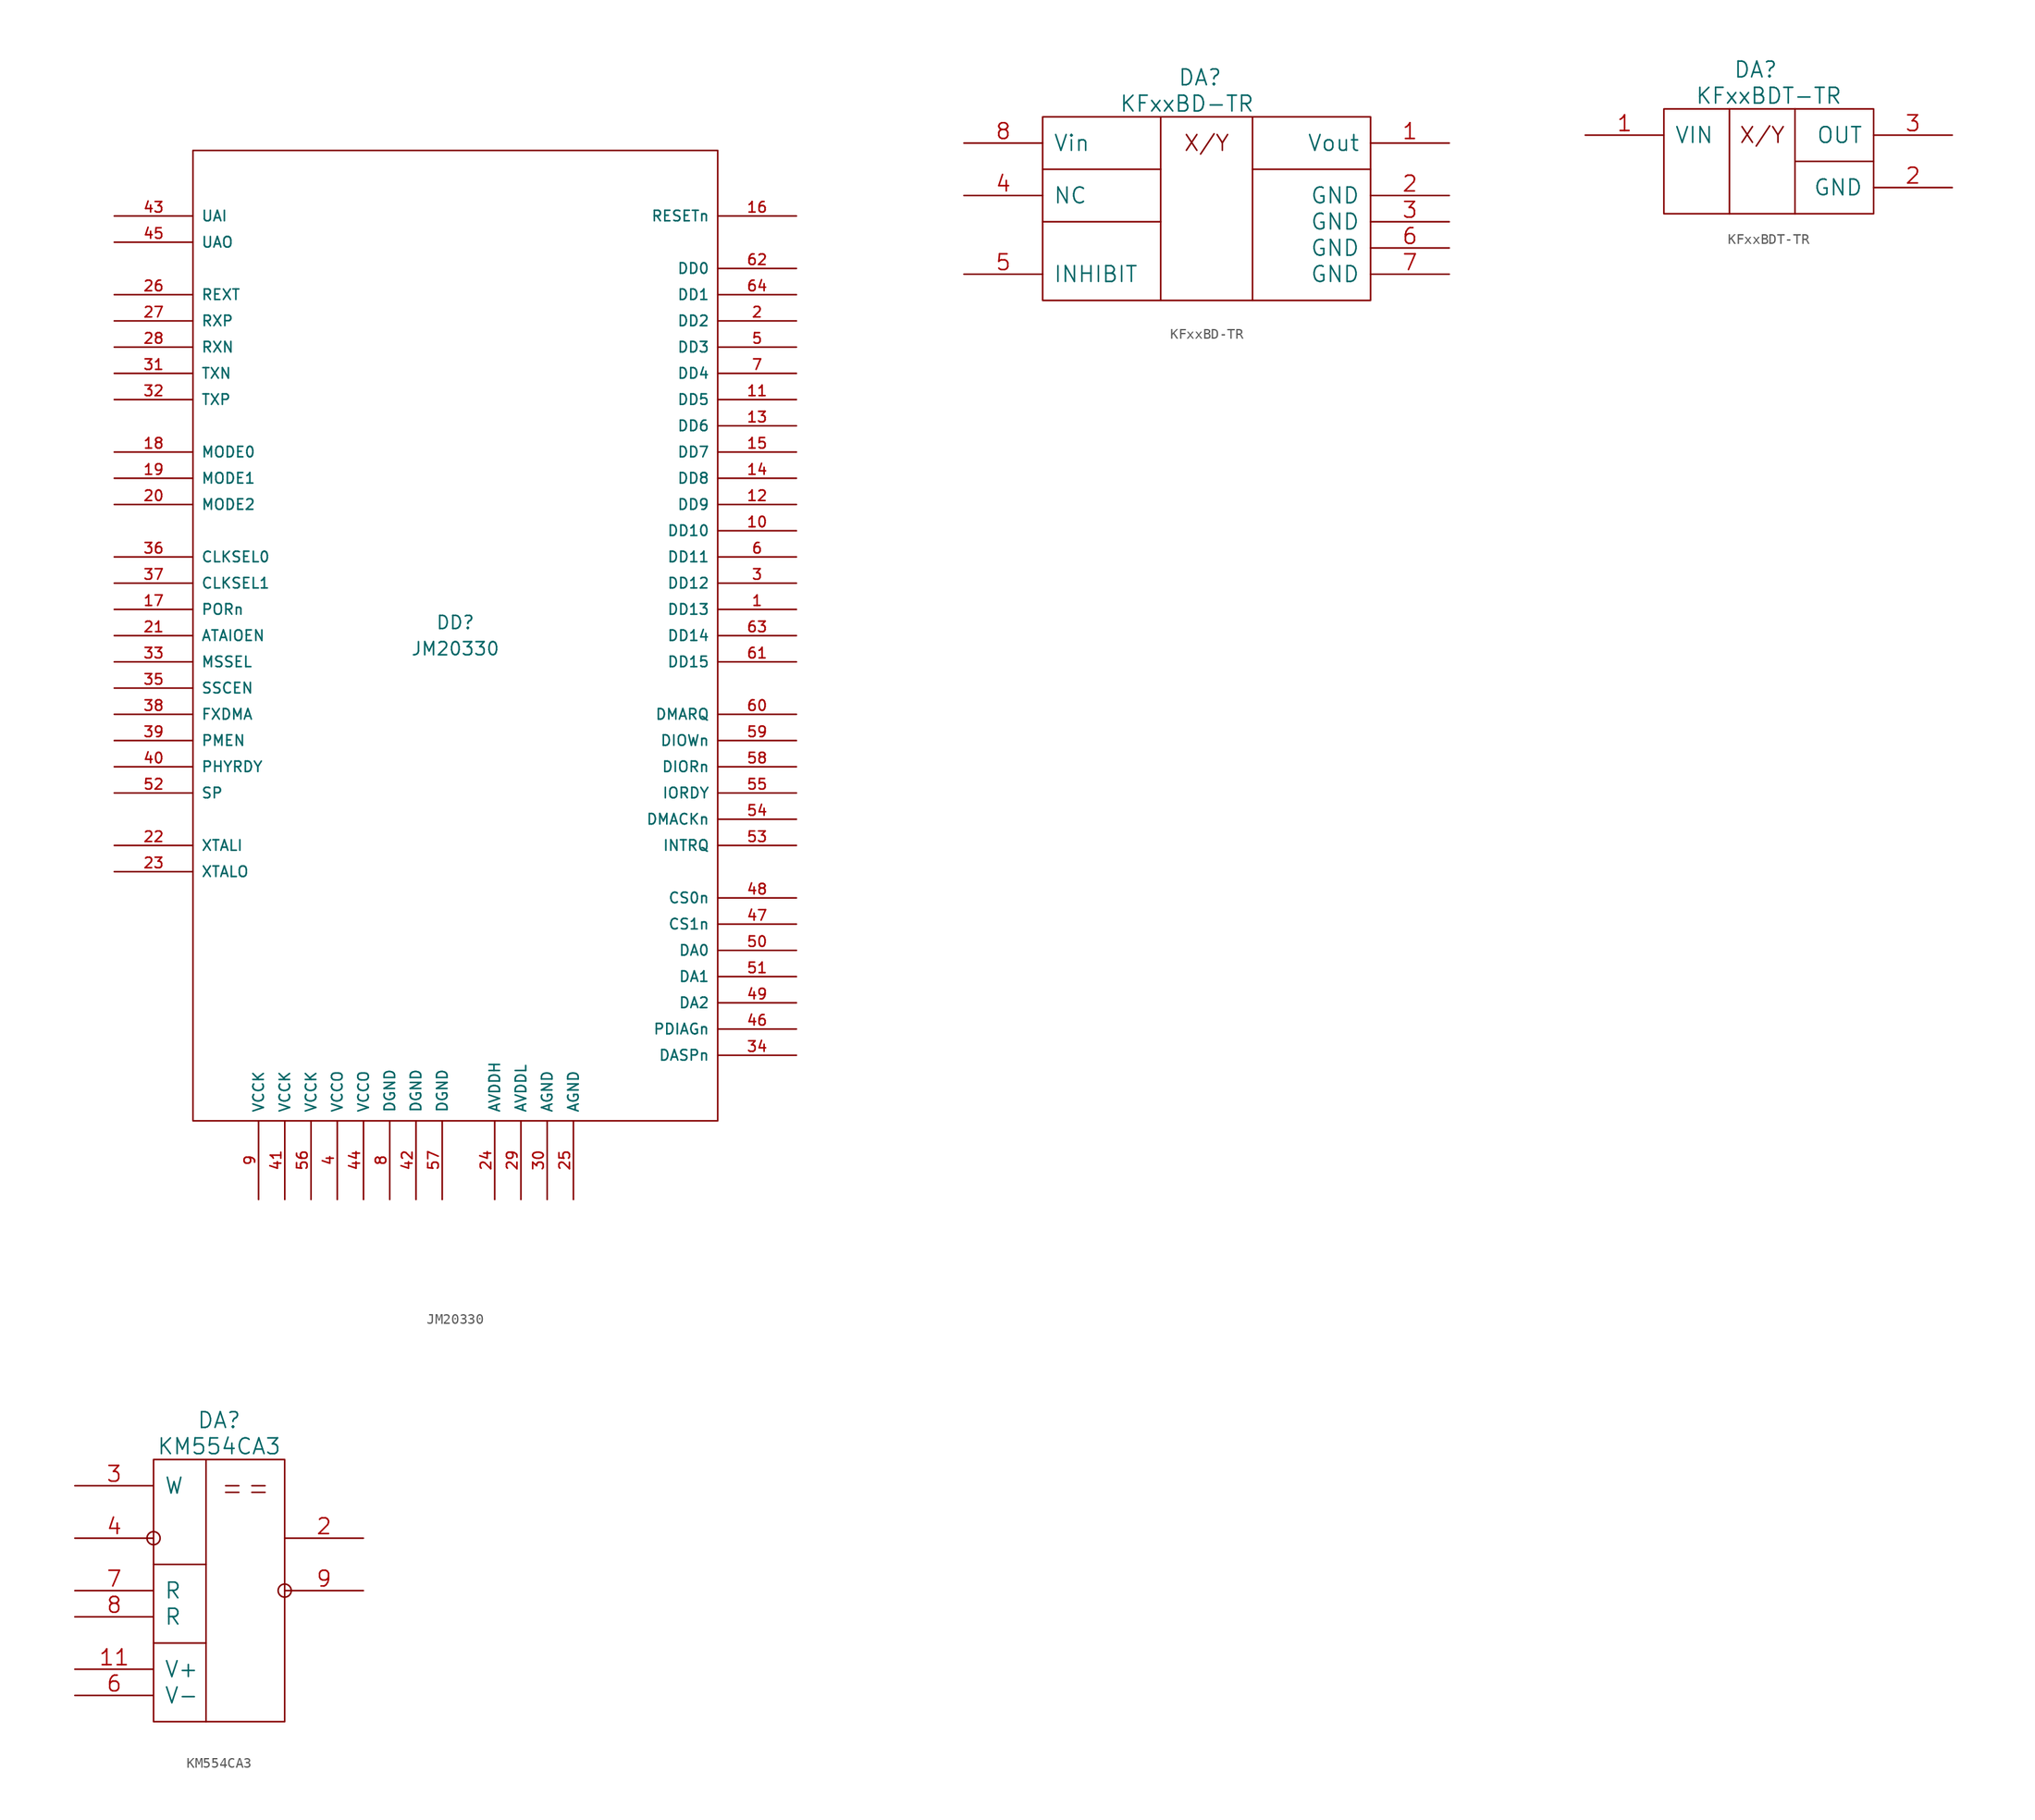
<source format=kicad_sym>
(kicad_symbol_lib
  (version 20211014)
  (generator kicad_symbol_editor)
  (symbol "JM20330"
    (pin_names
      (offset 0.762))
    (property "Reference" "DD"
      (at 25.4 -45.72 0)
      (effects (font (size 1.27 1.27))))
    (property "Value" "JM20330"
      (at 25.4 -48.26 0)
      (effects (font (size 1.27 1.27))))
    (property "Footprint" ""
      (at 0 0 0)
      (effects (font (size 1.524 1.524))))
    (property "Datasheet" ""
      (at 0 0 0)
      (effects (font (size 1.524 1.524))))
    (symbol "JM20330_0_0"
      (rectangle (start 0 0) (end 50.8 -93.98) (stroke (width 0) (type default) (color 0 0 0 0)) (fill (type none)))
      (pin passive line (at 58.42 -44.45 180) (length 7.62) (name "DD13" (effects (font (size 1.016 1.016)))) (number "1" (effects (font (size 1.016 1.016)))))
      (pin passive line (at 58.42 -36.83 180) (length 7.62) (name "DD10" (effects (font (size 1.016 1.016)))) (number "10" (effects (font (size 1.016 1.016)))))
      (pin passive line (at 58.42 -24.13 180) (length 7.62) (name "DD5" (effects (font (size 1.016 1.016)))) (number "11" (effects (font (size 1.016 1.016)))))
      (pin passive line (at 58.42 -34.29 180) (length 7.62) (name "DD9" (effects (font (size 1.016 1.016)))) (number "12" (effects (font (size 1.016 1.016)))))
      (pin passive line (at 58.42 -26.67 180) (length 7.62) (name "DD6" (effects (font (size 1.016 1.016)))) (number "13" (effects (font (size 1.016 1.016)))))
      (pin passive line (at 58.42 -31.75 180) (length 7.62) (name "DD8" (effects (font (size 1.016 1.016)))) (number "14" (effects (font (size 1.016 1.016)))))
      (pin passive line (at 58.42 -29.21 180) (length 7.62) (name "DD7" (effects (font (size 1.016 1.016)))) (number "15" (effects (font (size 1.016 1.016)))))
      (pin passive line (at 58.42 -6.35 180) (length 7.62) (name "RESETn" (effects (font (size 1.016 1.016)))) (number "16" (effects (font (size 1.016 1.016)))))
      (pin passive line (at -7.62 -44.45 0) (length 7.62) (name "PORn" (effects (font (size 1.016 1.016)))) (number "17" (effects (font (size 1.016 1.016)))))
      (pin passive line (at -7.62 -29.21 0) (length 7.62) (name "MODE0" (effects (font (size 1.016 1.016)))) (number "18" (effects (font (size 1.016 1.016)))))
      (pin passive line (at -7.62 -31.75 0) (length 7.62) (name "MODE1" (effects (font (size 1.016 1.016)))) (number "19" (effects (font (size 1.016 1.016)))))
      (pin passive line (at 58.42 -16.51 180) (length 7.62) (name "DD2" (effects (font (size 1.016 1.016)))) (number "2" (effects (font (size 1.016 1.016)))))
      (pin passive line (at -7.62 -34.29 0) (length 7.62) (name "MODE2" (effects (font (size 1.016 1.016)))) (number "20" (effects (font (size 1.016 1.016)))))
      (pin passive line (at -7.62 -46.99 0) (length 7.62) (name "ATAIOEN" (effects (font (size 1.016 1.016)))) (number "21" (effects (font (size 1.016 1.016)))))
      (pin passive line (at -7.62 -67.31 0) (length 7.62) (name "XTALI" (effects (font (size 1.016 1.016)))) (number "22" (effects (font (size 1.016 1.016)))))
      (pin passive line (at -7.62 -69.85 0) (length 7.62) (name "XTALO" (effects (font (size 1.016 1.016)))) (number "23" (effects (font (size 1.016 1.016)))))
      (pin passive line (at 29.21 -101.6 90) (length 7.62) (name "AVDDH" (effects (font (size 1.016 1.016)))) (number "24" (effects (font (size 1.016 1.016)))))
      (pin passive line (at 36.83 -101.6 90) (length 7.62) (name "AGND" (effects (font (size 1.016 1.016)))) (number "25" (effects (font (size 1.016 1.016)))))
      (pin passive line (at -7.62 -13.97 0) (length 7.62) (name "REXT" (effects (font (size 1.016 1.016)))) (number "26" (effects (font (size 1.016 1.016)))))
      (pin passive line (at -7.62 -16.51 0) (length 7.62) (name "RXP" (effects (font (size 1.016 1.016)))) (number "27" (effects (font (size 1.016 1.016)))))
      (pin passive line (at -7.62 -19.05 0) (length 7.62) (name "RXN" (effects (font (size 1.016 1.016)))) (number "28" (effects (font (size 1.016 1.016)))))
      (pin passive line (at 31.75 -101.6 90) (length 7.62) (name "AVDDL" (effects (font (size 1.016 1.016)))) (number "29" (effects (font (size 1.016 1.016)))))
      (pin passive line (at 58.42 -41.91 180) (length 7.62) (name "DD12" (effects (font (size 1.016 1.016)))) (number "3" (effects (font (size 1.016 1.016)))))
      (pin passive line (at 34.29 -101.6 90) (length 7.62) (name "AGND" (effects (font (size 1.016 1.016)))) (number "30" (effects (font (size 1.016 1.016)))))
      (pin passive line (at -7.62 -21.59 0) (length 7.62) (name "TXN" (effects (font (size 1.016 1.016)))) (number "31" (effects (font (size 1.016 1.016)))))
      (pin passive line (at -7.62 -24.13 0) (length 7.62) (name "TXP" (effects (font (size 1.016 1.016)))) (number "32" (effects (font (size 1.016 1.016)))))
      (pin passive line (at -7.62 -49.53 0) (length 7.62) (name "MSSEL" (effects (font (size 1.016 1.016)))) (number "33" (effects (font (size 1.016 1.016)))))
      (pin passive line (at 58.42 -87.63 180) (length 7.62) (name "DASPn" (effects (font (size 1.016 1.016)))) (number "34" (effects (font (size 1.016 1.016)))))
      (pin passive line (at -7.62 -52.07 0) (length 7.62) (name "SSCEN" (effects (font (size 1.016 1.016)))) (number "35" (effects (font (size 1.016 1.016)))))
      (pin passive line (at -7.62 -39.37 0) (length 7.62) (name "CLKSEL0" (effects (font (size 1.016 1.016)))) (number "36" (effects (font (size 1.016 1.016)))))
      (pin passive line (at -7.62 -41.91 0) (length 7.62) (name "CLKSEL1" (effects (font (size 1.016 1.016)))) (number "37" (effects (font (size 1.016 1.016)))))
      (pin passive line (at -7.62 -54.61 0) (length 7.62) (name "FXDMA" (effects (font (size 1.016 1.016)))) (number "38" (effects (font (size 1.016 1.016)))))
      (pin passive line (at -7.62 -57.15 0) (length 7.62) (name "PMEN" (effects (font (size 1.016 1.016)))) (number "39" (effects (font (size 1.016 1.016)))))
      (pin passive line (at 13.97 -101.6 90) (length 7.62) (name "VCCO" (effects (font (size 1.016 1.016)))) (number "4" (effects (font (size 1.016 1.016)))))
      (pin passive line (at -7.62 -59.69 0) (length 7.62) (name "PHYRDY" (effects (font (size 1.016 1.016)))) (number "40" (effects (font (size 1.016 1.016)))))
      (pin passive line (at 8.89 -101.6 90) (length 7.62) (name "VCCK" (effects (font (size 1.016 1.016)))) (number "41" (effects (font (size 1.016 1.016)))))
      (pin passive line (at 21.59 -101.6 90) (length 7.62) (name "DGND" (effects (font (size 1.016 1.016)))) (number "42" (effects (font (size 1.016 1.016)))))
      (pin passive line (at -7.62 -6.35 0) (length 7.62) (name "UAI" (effects (font (size 1.016 1.016)))) (number "43" (effects (font (size 1.016 1.016)))))
      (pin passive line (at 16.51 -101.6 90) (length 7.62) (name "VCCO" (effects (font (size 1.016 1.016)))) (number "44" (effects (font (size 1.016 1.016)))))
      (pin passive line (at -7.62 -8.89 0) (length 7.62) (name "UAO" (effects (font (size 1.016 1.016)))) (number "45" (effects (font (size 1.016 1.016)))))
      (pin passive line (at 58.42 -85.09 180) (length 7.62) (name "PDIAGn" (effects (font (size 1.016 1.016)))) (number "46" (effects (font (size 1.016 1.016)))))
      (pin passive line (at 58.42 -74.93 180) (length 7.62) (name "CS1n" (effects (font (size 1.016 1.016)))) (number "47" (effects (font (size 1.016 1.016)))))
      (pin passive line (at 58.42 -72.39 180) (length 7.62) (name "CS0n" (effects (font (size 1.016 1.016)))) (number "48" (effects (font (size 1.016 1.016)))))
      (pin passive line (at 58.42 -82.55 180) (length 7.62) (name "DA2" (effects (font (size 1.016 1.016)))) (number "49" (effects (font (size 1.016 1.016)))))
      (pin passive line (at 58.42 -19.05 180) (length 7.62) (name "DD3" (effects (font (size 1.016 1.016)))) (number "5" (effects (font (size 1.016 1.016)))))
      (pin passive line (at 58.42 -77.47 180) (length 7.62) (name "DA0" (effects (font (size 1.016 1.016)))) (number "50" (effects (font (size 1.016 1.016)))))
      (pin passive line (at 58.42 -80.01 180) (length 7.62) (name "DA1" (effects (font (size 1.016 1.016)))) (number "51" (effects (font (size 1.016 1.016)))))
      (pin passive line (at -7.62 -62.23 0) (length 7.62) (name "SP" (effects (font (size 1.016 1.016)))) (number "52" (effects (font (size 1.016 1.016)))))
      (pin passive line (at 58.42 -67.31 180) (length 7.62) (name "INTRQ" (effects (font (size 1.016 1.016)))) (number "53" (effects (font (size 1.016 1.016)))))
      (pin passive line (at 58.42 -64.77 180) (length 7.62) (name "DMACKn" (effects (font (size 1.016 1.016)))) (number "54" (effects (font (size 1.016 1.016)))))
      (pin passive line (at 58.42 -62.23 180) (length 7.62) (name "IORDY" (effects (font (size 1.016 1.016)))) (number "55" (effects (font (size 1.016 1.016)))))
      (pin passive line (at 11.43 -101.6 90) (length 7.62) (name "VCCK" (effects (font (size 1.016 1.016)))) (number "56" (effects (font (size 1.016 1.016)))))
      (pin passive line (at 24.13 -101.6 90) (length 7.62) (name "DGND" (effects (font (size 1.016 1.016)))) (number "57" (effects (font (size 1.016 1.016)))))
      (pin passive line (at 58.42 -59.69 180) (length 7.62) (name "DIORn" (effects (font (size 1.016 1.016)))) (number "58" (effects (font (size 1.016 1.016)))))
      (pin passive line (at 58.42 -57.15 180) (length 7.62) (name "DIOWn" (effects (font (size 1.016 1.016)))) (number "59" (effects (font (size 1.016 1.016)))))
      (pin passive line (at 58.42 -39.37 180) (length 7.62) (name "DD11" (effects (font (size 1.016 1.016)))) (number "6" (effects (font (size 1.016 1.016)))))
      (pin passive line (at 58.42 -54.61 180) (length 7.62) (name "DMARQ" (effects (font (size 1.016 1.016)))) (number "60" (effects (font (size 1.016 1.016)))))
      (pin passive line (at 58.42 -49.53 180) (length 7.62) (name "DD15" (effects (font (size 1.016 1.016)))) (number "61" (effects (font (size 1.016 1.016)))))
      (pin passive line (at 58.42 -11.43 180) (length 7.62) (name "DD0" (effects (font (size 1.016 1.016)))) (number "62" (effects (font (size 1.016 1.016)))))
      (pin passive line (at 58.42 -46.99 180) (length 7.62) (name "DD14" (effects (font (size 1.016 1.016)))) (number "63" (effects (font (size 1.016 1.016)))))
      (pin passive line (at 58.42 -13.97 180) (length 7.62) (name "DD1" (effects (font (size 1.016 1.016)))) (number "64" (effects (font (size 1.016 1.016)))))
      (pin passive line (at 58.42 -21.59 180) (length 7.62) (name "DD4" (effects (font (size 1.016 1.016)))) (number "7" (effects (font (size 1.016 1.016)))))
      (pin passive line (at 19.05 -101.6 90) (length 7.62) (name "DGND" (effects (font (size 1.016 1.016)))) (number "8" (effects (font (size 1.016 1.016)))))
      (pin passive line (at 6.35 -101.6 90) (length 7.62) (name "VCCK" (effects (font (size 1.016 1.016)))) (number "9" (effects (font (size 1.016 1.016)))))))
  (symbol "KFxxBD-TR"
    (pin_names
      (offset 1.016))
    (property "Reference" "DA"
      (at 15.24 3.81 0)
      (effects (font (size 1.524 1.524))))
    (property "Value" "KFxxBD-TR"
      (at 13.97 1.27 0)
      (effects (font (size 1.524 1.524))))
    (property "Footprint" ""
      (at 0 0 0)
      (effects (font (size 1.524 1.524))))
    (property "Datasheet" ""
      (at 0 0 0)
      (effects (font (size 1.524 1.524))))
    (symbol "KFxxBD-TR_0_0"
      (polyline (pts (xy 0 -5.08) (xy 11.43 -5.08)) (stroke (width 0) (type default) (color 0 0 0 0)) (fill (type none)))
      (polyline (pts (xy 11.43 0) (xy 11.43 -17.78)) (stroke (width 0) (type default) (color 0 0 0 0)) (fill (type none)))
      (polyline (pts (xy 20.32 0) (xy 20.32 -17.78)) (stroke (width 0) (type default) (color 0 0 0 0)) (fill (type none)))
      (rectangle (start 0 0) (end 31.75 -17.78) (stroke (width 0) (type default) (color 0 0 0 0)) (fill (type none)))
      (text "X/Y" (at 15.875 -2.54 0) (effects (font (size 1.524 1.524))))
      (pin power_out line (at 39.37 -2.54 180) (length 7.62) (name "Vout" (effects (font (size 1.524 1.524)))) (number "1" (effects (font (size 1.524 1.524)))))
      (pin passive line (at 39.37 -7.62 180) (length 7.62) (name "GND" (effects (font (size 1.524 1.524)))) (number "2" (effects (font (size 1.524 1.524)))))
      (pin passive line (at 39.37 -10.16 180) (length 7.62) (name "GND" (effects (font (size 1.524 1.524)))) (number "3" (effects (font (size 1.524 1.524)))))
      (pin passive line (at -7.62 -7.62 0) (length 7.62) (name "NC" (effects (font (size 1.524 1.524)))) (number "4" (effects (font (size 1.524 1.524)))))
      (pin input line (at -7.62 -15.24 0) (length 7.62) (name "INHIBIT" (effects (font (size 1.524 1.524)))) (number "5" (effects (font (size 1.524 1.524)))))
      (pin passive line (at 39.37 -12.7 180) (length 7.62) (name "GND" (effects (font (size 1.524 1.524)))) (number "6" (effects (font (size 1.524 1.524)))))
      (pin passive line (at 39.37 -15.24 180) (length 7.62) (name "GND" (effects (font (size 1.524 1.524)))) (number "7" (effects (font (size 1.524 1.524)))))
      (pin power_in line (at -7.62 -2.54 0) (length 7.62) (name "Vin" (effects (font (size 1.524 1.524)))) (number "8" (effects (font (size 1.524 1.524))))))
    (symbol "KFxxBD-TR_0_1"
      (polyline (pts (xy 0 -10.16) (xy 11.43 -10.16)) (stroke (width 0) (type default) (color 0 0 0 0)) (fill (type none)))
      (polyline (pts (xy 31.75 -5.08) (xy 20.32 -5.08)) (stroke (width 0) (type default) (color 0 0 0 0)) (fill (type none)))))
  (symbol "KFxxBDT-TR"
    (pin_names
      (offset 1.016))
    (property "Reference" "DA"
      (at 8.89 3.81 0)
      (effects (font (size 1.524 1.524))))
    (property "Value" "KFxxBDT-TR"
      (at 10.16 1.27 0)
      (effects (font (size 1.524 1.524))))
    (property "Footprint" ""
      (at 0 0 0)
      (effects (font (size 1.524 1.524))))
    (property "Datasheet" ""
      (at 0 0 0)
      (effects (font (size 1.524 1.524))))
    (symbol "KFxxBDT-TR_0_0"
      (text "X/Y" (at 9.525 -2.54 0) (effects (font (size 1.524 1.524))))
      (pin power_in line (at -7.62 -2.54 0) (length 7.62) (name "VIN" (effects (font (size 1.524 1.524)))) (number "1" (effects (font (size 1.524 1.524)))))
      (pin passive line (at 27.94 -7.62 180) (length 7.62) (name "GND" (effects (font (size 1.524 1.524)))) (number "2" (effects (font (size 1.524 1.524)))))
      (pin power_out line (at 27.94 -2.54 180) (length 7.62) (name "OUT" (effects (font (size 1.524 1.524)))) (number "3" (effects (font (size 1.524 1.524))))))
    (symbol "KFxxBDT-TR_0_1"
      (polyline (pts (xy 6.35 0) (xy 6.35 -10.16)) (stroke (width 0) (type default) (color 0 0 0 0)) (fill (type none)))
      (polyline (pts (xy 12.7 -5.08) (xy 20.32 -5.08)) (stroke (width 0) (type default) (color 0 0 0 0)) (fill (type none)))
      (polyline (pts (xy 12.7 0) (xy 12.7 -10.16)) (stroke (width 0) (type default) (color 0 0 0 0)) (fill (type none)))
      (rectangle (start 0 0) (end 20.32 -10.16) (stroke (width 0) (type default) (color 0 0 0 0)) (fill (type none)))))
  (symbol "KM554CA3"
    (pin_names
      (offset 1.016))
    (property "Reference" "DA"
      (at 6.35 3.81 0)
      (effects (font (size 1.524 1.524))))
    (property "Value" "KM554CA3"
      (at 6.35 1.27 0)
      (effects (font (size 1.524 1.524))))
    (property "Footprint" ""
      (at 0 0 0)
      (effects (font (size 1.524 1.524))))
    (property "Datasheet" ""
      (at 0 0 0)
      (effects (font (size 1.524 1.524))))
    (symbol "KM554CA3_0_0"
      (pin input line (at -7.62 -20.32 0) (length 7.62) (name "V+" (effects (font (size 1.524 1.524)))) (number "11" (effects (font (size 1.524 1.524)))))
      (pin input line (at 20.32 -7.62 180) (length 7.62) (name "~" (effects (font (size 1.524 1.524)))) (number "2" (effects (font (size 1.524 1.524)))))
      (pin input line (at -7.62 -2.54 0) (length 7.62) (name "W" (effects (font (size 1.524 1.524)))) (number "3" (effects (font (size 1.524 1.524)))))
      (pin input line (at -7.62 -7.62 0) (length 7.62) (name "~" (effects (font (size 1.524 1.524)))) (number "4" (effects (font (size 1.524 1.524)))))
      (pin input line (at -7.62 -22.86 0) (length 7.62) (name "V-" (effects (font (size 1.524 1.524)))) (number "6" (effects (font (size 1.524 1.524)))))
      (pin input line (at -7.62 -12.7 0) (length 7.62) (name "R" (effects (font (size 1.524 1.524)))) (number "7" (effects (font (size 1.524 1.524)))))
      (pin input line (at -7.62 -15.24 0) (length 7.62) (name "R" (effects (font (size 1.524 1.524)))) (number "8" (effects (font (size 1.524 1.524)))))
      (pin input line (at 20.32 -12.7 180) (length 7.62) (name "~" (effects (font (size 1.524 1.524)))) (number "9" (effects (font (size 1.524 1.524))))))
    (symbol "KM554CA3_0_1"
      (circle (center 0 -7.62) (radius 0.635) (stroke (width 0) (type default) (color 0 0 0 0)) (fill (type none)))
      (polyline (pts (xy 0 -17.78) (xy 5.08 -17.78)) (stroke (width 0) (type default) (color 0 0 0 0)) (fill (type none)))
      (polyline (pts (xy 0 -10.16) (xy 5.08 -10.16)) (stroke (width 0) (type default) (color 0 0 0 0)) (fill (type none)))
      (polyline (pts (xy 5.08 -25.4) (xy 5.08 0)) (stroke (width 0) (type default) (color 0 0 0 0)) (fill (type none)))
      (polyline (pts (xy 6.985 -3.175) (xy 8.255 -3.175)) (stroke (width 0) (type default) (color 0 0 0 0)) (fill (type none)))
      (polyline (pts (xy 6.985 -2.54) (xy 8.255 -2.54)) (stroke (width 0) (type default) (color 0 0 0 0)) (fill (type none)))
      (polyline (pts (xy 9.525 -3.175) (xy 10.795 -3.175)) (stroke (width 0) (type default) (color 0 0 0 0)) (fill (type none)))
      (polyline (pts (xy 9.525 -2.54) (xy 10.795 -2.54)) (stroke (width 0) (type default) (color 0 0 0 0)) (fill (type none)))
      (rectangle (start 0 0) (end 12.7 -25.4) (stroke (width 0) (type default) (color 0 0 0 0)) (fill (type none)))
      (circle (center 12.7 -12.7) (radius 0.635) (stroke (width 0) (type default) (color 0 0 0 0)) (fill (type none))))))
</source>
